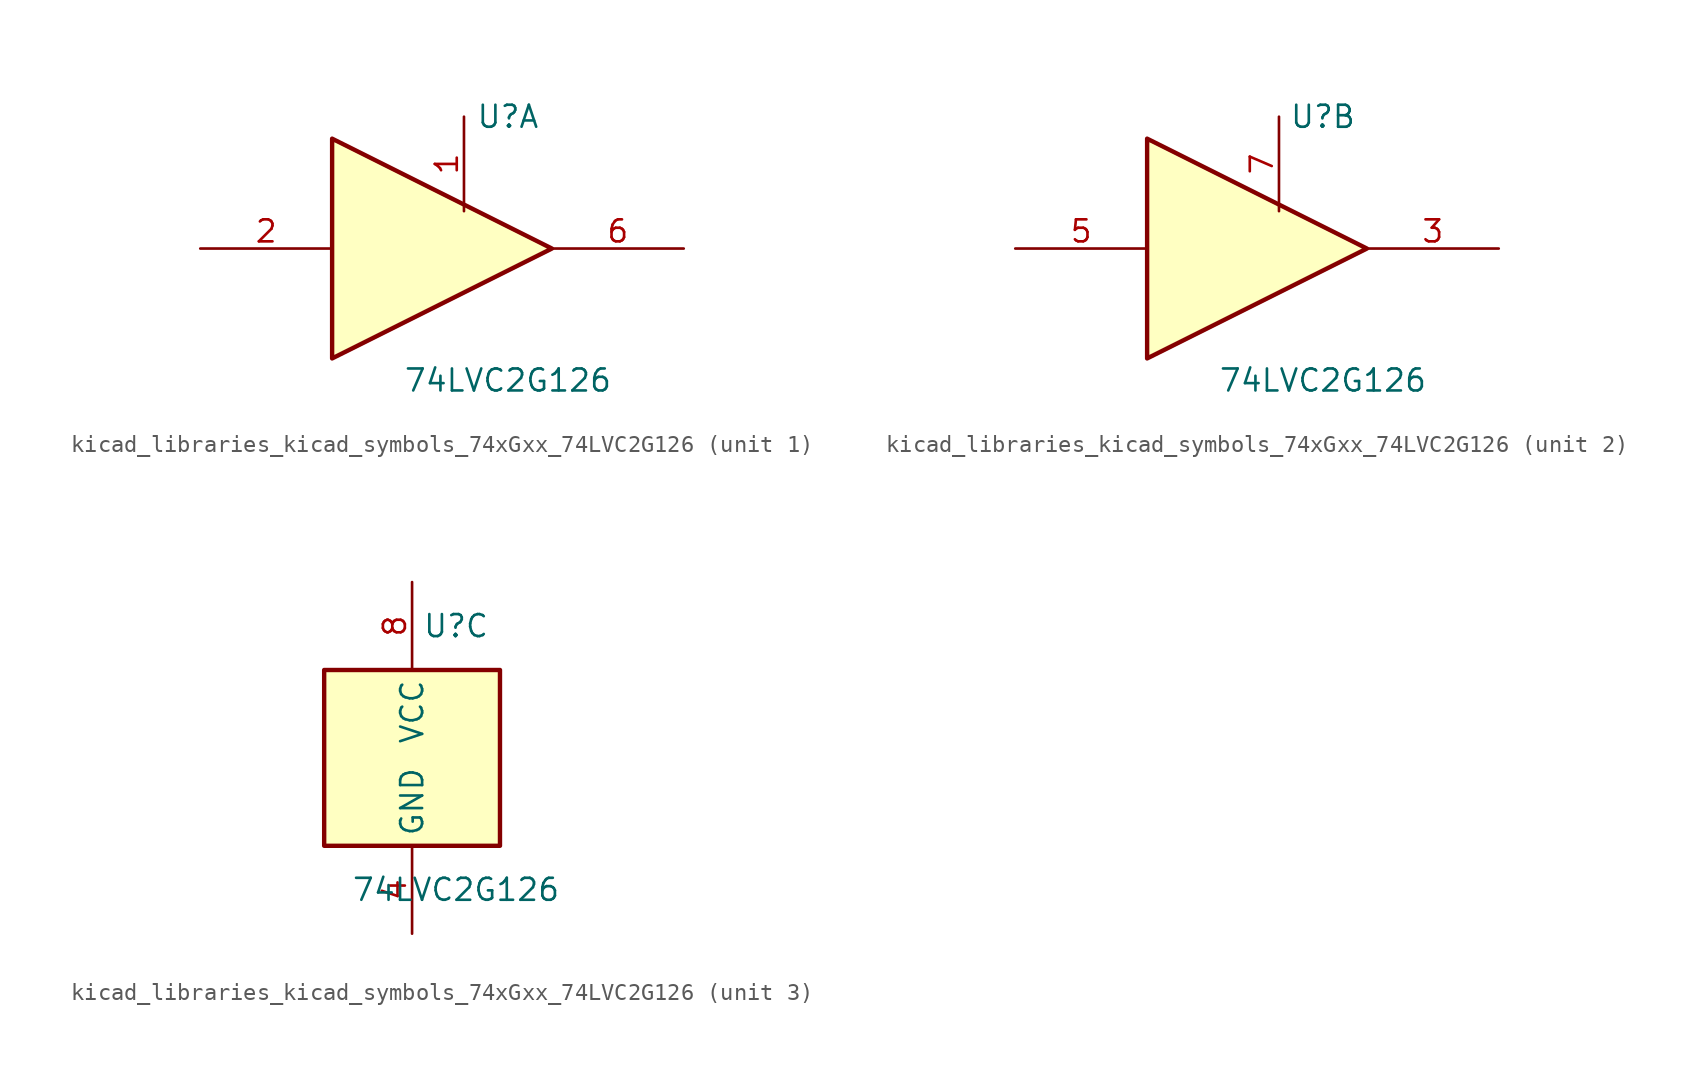
<source format=kicad_sym>
(kicad_symbol_lib
  (version 20220914)
  (generator kicad_symbol_editor)
  (symbol "kicad_libraries_kicad_symbols_74xGxx_74LVC2G126"
    (property "Reference" "U"
      (at 2.54 7.62 0)
      (effects (font (size 1.27 1.27))))
    (property "Value" "74LVC2G126"
      (at 2.54 -7.62 0)
      (effects (font (size 1.27 1.27))))
    (symbol "kicad_libraries_kicad_symbols_74xGxx_74LVC2G126_1_1"
      (polyline (pts (xy -7.62 6.35) (xy -7.62 -6.35) (xy 5.08 0) (xy -7.62 6.35)) (stroke (width 0.254) (type default)) (fill (type background)))
      (pin input line (at 0 7.62 270) (length 5.46) (name "~" (effects (font (size 1.27 1.27)))) (number "1" (effects (font (size 1.27 1.27)))))
      (pin input line (at -15.24 0 0) (length 7.62) (name "~" (effects (font (size 1.27 1.27)))) (number "2" (effects (font (size 1.27 1.27)))))
      (pin tri_state line (at 12.7 0 180) (length 7.62) (name "~" (effects (font (size 1.27 1.27)))) (number "6" (effects (font (size 1.27 1.27))))))
    (symbol "kicad_libraries_kicad_symbols_74xGxx_74LVC2G126_2_1"
      (polyline (pts (xy -7.62 6.35) (xy -7.62 -6.35) (xy 5.08 0) (xy -7.62 6.35)) (stroke (width 0.254) (type default)) (fill (type background)))
      (pin tri_state line (at 12.7 0 180) (length 7.62) (name "~" (effects (font (size 1.27 1.27)))) (number "3" (effects (font (size 1.27 1.27)))))
      (pin input line (at -15.24 0 0) (length 7.62) (name "~" (effects (font (size 1.27 1.27)))) (number "5" (effects (font (size 1.27 1.27)))))
      (pin input line (at 0 7.62 270) (length 5.46) (name "~" (effects (font (size 1.27 1.27)))) (number "7" (effects (font (size 1.27 1.27))))))
    (symbol "kicad_libraries_kicad_symbols_74xGxx_74LVC2G126_3_0"
      (rectangle (start -5.08 -5.08) (end 5.08 5.08) (stroke (width 0.254) (type default)) (fill (type background))))
    (symbol "kicad_libraries_kicad_symbols_74xGxx_74LVC2G126_3_1"
      (pin power_in line (at 0 -10.16 90) (length 5.08) (name "GND" (effects (font (size 1.27 1.27)))) (number "4" (effects (font (size 1.27 1.27)))))
      (pin power_in line (at 0 10.16 270) (length 5.08) (name "VCC" (effects (font (size 1.27 1.27)))) (number "8" (effects (font (size 1.27 1.27))))))))
</source>
